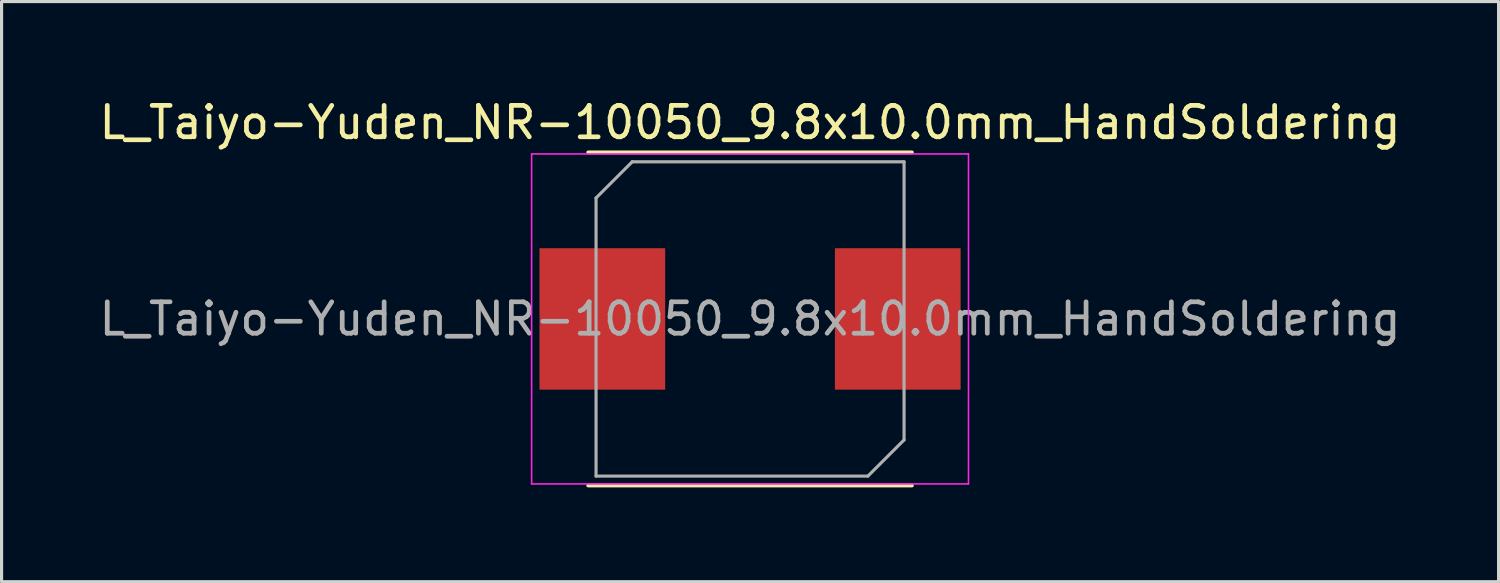
<source format=kicad_pcb>
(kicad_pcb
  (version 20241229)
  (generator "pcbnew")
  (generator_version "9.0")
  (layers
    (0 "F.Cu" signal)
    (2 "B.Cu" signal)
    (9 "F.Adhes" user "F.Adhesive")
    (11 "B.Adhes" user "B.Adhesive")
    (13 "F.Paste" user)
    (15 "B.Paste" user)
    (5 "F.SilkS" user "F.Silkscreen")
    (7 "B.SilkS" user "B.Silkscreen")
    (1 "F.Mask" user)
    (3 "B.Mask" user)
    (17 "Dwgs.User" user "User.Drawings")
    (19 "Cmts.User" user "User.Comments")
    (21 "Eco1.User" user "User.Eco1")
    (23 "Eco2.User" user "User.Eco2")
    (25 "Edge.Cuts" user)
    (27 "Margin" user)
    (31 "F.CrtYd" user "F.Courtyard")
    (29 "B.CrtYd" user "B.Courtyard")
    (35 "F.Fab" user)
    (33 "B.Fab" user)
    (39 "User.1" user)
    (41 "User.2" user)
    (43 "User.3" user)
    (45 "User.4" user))
  (footprint "L_Taiyo-Yuden_NR-10050_9.8x10.0mm_HandSoldering"
    (layer "F.Cu")
    (at 20.815 7.098)
    (property "Reference" "L_Taiyo-Yuden_NR-10050_9.8x10.0mm_HandSoldering" (at 0 -6.25 0) (layer "F.SilkS") (effects (font (size 1 1) (thickness 0.15))))
    (attr smd)
    (fp_line (start -5.15 -5.3) (end 5.15 -5.3) (stroke (width 0.12) (type solid)) (layer "F.SilkS"))
    (fp_line (start -5.15 5.3) (end 5.15 5.3) (stroke (width 0.12) (type solid)) (layer "F.SilkS"))
    (fp_line (start -6.95 -5.25) (end -6.95 5.25) (stroke (width 0.05) (type solid)) (layer "F.CrtYd"))
    (fp_line (start -6.95 5.25) (end 6.95 5.25) (stroke (width 0.05) (type solid)) (layer "F.CrtYd"))
    (fp_line (start 6.95 -5.25) (end -6.95 -5.25) (stroke (width 0.05) (type solid)) (layer "F.CrtYd"))
    (fp_line (start 6.95 5.25) (end 6.95 -5.25) (stroke (width 0.05) (type solid)) (layer "F.CrtYd"))
    (fp_line (start -4.9 -3.85) (end -4.9 5) (stroke (width 0.1) (type solid)) (layer "F.Fab"))
    (fp_line (start -4.9 -3.85) (end -3.75 -5) (stroke (width 0.1) (type solid)) (layer "F.Fab"))
    (fp_line (start -4.9 5) (end 3.75 5) (stroke (width 0.1) (type solid)) (layer "F.Fab"))
    (fp_line (start 3.75 5) (end 4.9 3.85) (stroke (width 0.1) (type solid)) (layer "F.Fab"))
    (fp_line (start 4.9 -5) (end -3.75 -5) (stroke (width 0.1) (type solid)) (layer "F.Fab"))
    (fp_line (start 4.9 3.85) (end 4.9 -5) (stroke (width 0.1) (type solid)) (layer "F.Fab"))
    (fp_text user "${REFERENCE}" (at 0 0 0) (layer "F.Fab") (effects (font (size 1 1) (thickness 0.15))))
    (pad "1" smd rect (at -4.7 0) (size 4 4.5) (layers "F.Cu" "F.Mask" "F.Paste"))
    (pad "2" smd rect (at 4.7 0) (size 4 4.5) (layers "F.Cu" "F.Mask" "F.Paste")))
  (gr_rect
    (start -3 -3)
    (end 44.631 15.458)
    (stroke (width 0.1) (type default))
    (fill no)
    (layer "Edge.Cuts")))
</source>
